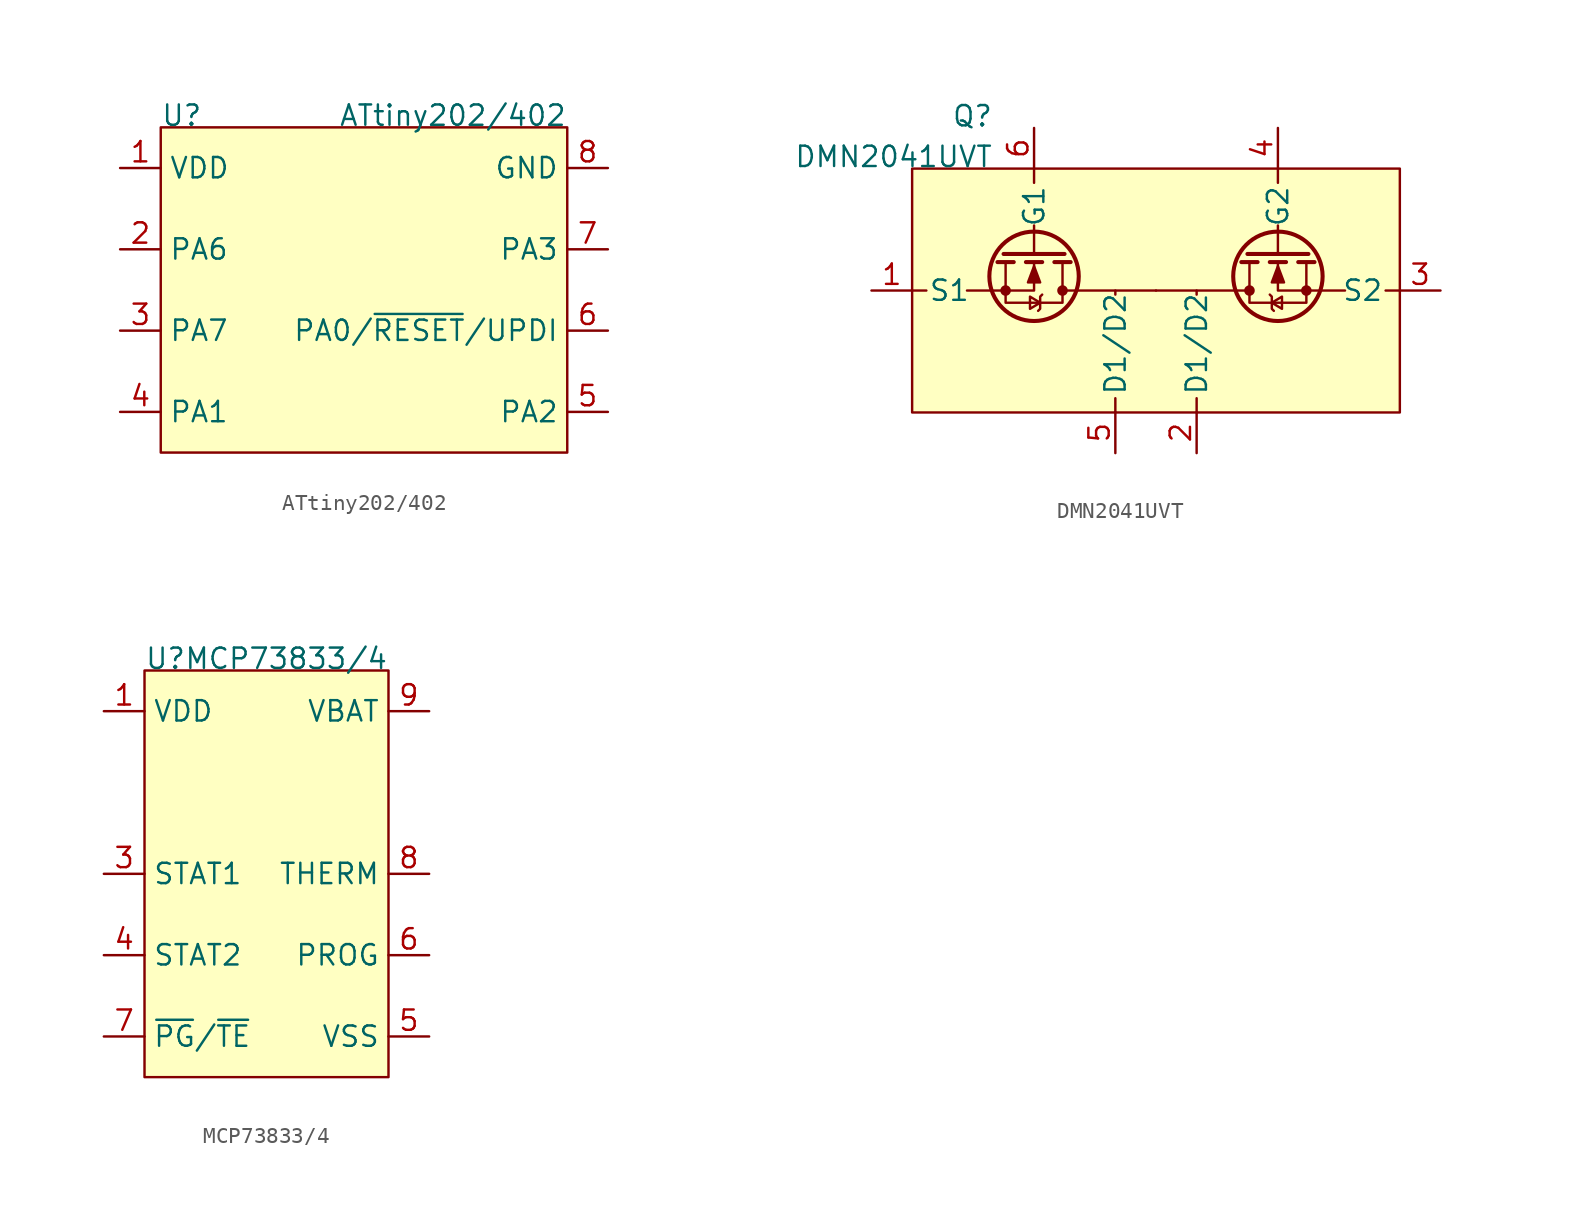
<source format=kicad_sym>
(kicad_symbol_lib
  (version 20220914)
  (generator kicad_symbol_editor)
  (symbol "ATtiny202/402"
    (property "Reference" "U"
      (at -12.7 10.16 0)
      (effects (font (size 1.27 1.27)) (justify left bottom)))
    (property "Value" "ATtiny202/402"
      (at 12.7 10.16 0)
      (effects (font (size 1.27 1.27)) (justify right bottom)))
    (symbol "ATtiny202/402_0_1"
      (rectangle (start -12.7 10.16) (end 12.7 -10.16) (stroke (width 0) (type default)) (fill (type background))))
    (symbol "ATtiny202/402_1_1"
      (pin power_in line (at -15.24 7.62 0) (length 2.54) (name "VDD" (effects (font (size 1.27 1.27)))) (number "1" (effects (font (size 1.27 1.27)))))
      (pin bidirectional line (at -15.24 2.54 0) (length 2.54) (name "PA6" (effects (font (size 1.27 1.27)))) (number "2" (effects (font (size 1.27 1.27)))))
      (pin bidirectional line (at -15.24 -2.54 0) (length 2.54) (name "PA7" (effects (font (size 1.27 1.27)))) (number "3" (effects (font (size 1.27 1.27)))))
      (pin bidirectional line (at -15.24 -7.62 0) (length 2.54) (name "PA1" (effects (font (size 1.27 1.27)))) (number "4" (effects (font (size 1.27 1.27)))))
      (pin bidirectional line (at 15.24 -7.62 180) (length 2.54) (name "PA2" (effects (font (size 1.27 1.27)))) (number "5" (effects (font (size 1.27 1.27)))))
      (pin bidirectional line (at 15.24 -2.54 180) (length 2.54) (name "PA0/~{RESET}/UPDI" (effects (font (size 1.27 1.27)))) (number "6" (effects (font (size 1.27 1.27)))))
      (pin bidirectional line (at 15.24 2.54 180) (length 2.54) (name "PA3" (effects (font (size 1.27 1.27)))) (number "7" (effects (font (size 1.27 1.27)))))
      (pin power_in line (at 15.24 7.62 180) (length 2.54) (name "GND" (effects (font (size 1.27 1.27)))) (number "8" (effects (font (size 1.27 1.27)))))))
  (symbol "DMN2041UVT"
    (pin_names
      (offset 1.016))
    (property "Reference" "Q"
      (at 7.62 10.16 0)
      (effects (font (size 1.27 1.27)) (justify right bottom)))
    (property "Value" "DMN2041UVT"
      (at 7.62 7.62 0)
      (effects (font (size 1.27 1.27)) (justify right bottom)))
    (symbol "DMN2041UVT_0_1"
      (polyline (pts (xy 2.54 0) (xy 3.429 0)) (stroke (width 0) (type default)) (fill (type none)))
      (polyline (pts (xy 8.89 1.778) (xy 7.874 1.778)) (stroke (width 0.254) (type default)) (fill (type none)))
      (polyline (pts (xy 10.16 2.286) (xy 10.16 4.064)) (stroke (width 0) (type default)) (fill (type none)))
      (polyline (pts (xy 10.16 6.731) (xy 10.16 7.62)) (stroke (width 0) (type default)) (fill (type none)))
      (polyline (pts (xy 10.668 1.778) (xy 9.652 1.778)) (stroke (width 0.254) (type default)) (fill (type none)))
      (polyline (pts (xy 12.065 2.286) (xy 8.255 2.286)) (stroke (width 0.254) (type default)) (fill (type none)))
      (polyline (pts (xy 12.446 1.778) (xy 11.43 1.778)) (stroke (width 0.254) (type default)) (fill (type none)))
      (polyline (pts (xy 15.24 -7.62) (xy 15.24 -6.731)) (stroke (width 0) (type default)) (fill (type none)))
      (polyline (pts (xy 15.24 -0.254) (xy 15.24 0)) (stroke (width 0) (type default)) (fill (type none)))
      (polyline (pts (xy 17.78 0) (xy 11.938 0)) (stroke (width 0) (type default)) (fill (type none)))
      (polyline (pts (xy 17.78 0) (xy 23.622 0)) (stroke (width 0) (type default)) (fill (type none)))
      (polyline (pts (xy 20.32 -7.62) (xy 20.32 -6.731)) (stroke (width 0) (type default)) (fill (type none)))
      (polyline (pts (xy 20.32 -0.254) (xy 20.32 0)) (stroke (width 0) (type default)) (fill (type none)))
      (polyline (pts (xy 23.114 1.778) (xy 24.13 1.778)) (stroke (width 0.254) (type default)) (fill (type none)))
      (polyline (pts (xy 23.495 2.286) (xy 27.305 2.286)) (stroke (width 0.254) (type default)) (fill (type none)))
      (polyline (pts (xy 24.892 1.778) (xy 25.908 1.778)) (stroke (width 0.254) (type default)) (fill (type none)))
      (polyline (pts (xy 25.4 2.286) (xy 25.4 4.064)) (stroke (width 0) (type default)) (fill (type none)))
      (polyline (pts (xy 25.4 6.731) (xy 25.4 7.62)) (stroke (width 0) (type default)) (fill (type none)))
      (polyline (pts (xy 26.67 1.778) (xy 27.686 1.778)) (stroke (width 0.254) (type default)) (fill (type none)))
      (polyline (pts (xy 33.02 0) (xy 32.131 0)) (stroke (width 0) (type default)) (fill (type none)))
      (polyline (pts (xy 5.969 0) (xy 10.16 0) (xy 10.16 1.778)) (stroke (width 0) (type default)) (fill (type none)))
      (polyline (pts (xy 29.591 0) (xy 25.4 0) (xy 25.4 1.778)) (stroke (width 0) (type default)) (fill (type none)))
      (polyline (pts (xy 8.382 1.778) (xy 8.382 -0.762) (xy 11.938 -0.762) (xy 11.938 1.778)) (stroke (width 0) (type default)) (fill (type none)))
      (polyline (pts (xy 10.16 1.524) (xy 10.541 0.508) (xy 9.779 0.508) (xy 10.16 1.524)) (stroke (width 0) (type default)) (fill (type outline)))
      (polyline (pts (xy 10.541 -0.762) (xy 9.906 -0.381) (xy 9.906 -1.143) (xy 10.541 -0.762)) (stroke (width 0) (type default)) (fill (type none)))
      (polyline (pts (xy 10.668 -0.254) (xy 10.541 -0.381) (xy 10.541 -1.143) (xy 10.414 -1.27)) (stroke (width 0) (type default)) (fill (type none)))
      (polyline (pts (xy 24.892 -0.254) (xy 25.019 -0.381) (xy 25.019 -1.143) (xy 25.146 -1.27)) (stroke (width 0) (type default)) (fill (type none)))
      (polyline (pts (xy 25.019 -0.762) (xy 25.654 -0.381) (xy 25.654 -1.143) (xy 25.019 -0.762)) (stroke (width 0) (type default)) (fill (type none)))
      (polyline (pts (xy 25.4 1.524) (xy 25.019 0.508) (xy 25.781 0.508) (xy 25.4 1.524)) (stroke (width 0) (type default)) (fill (type outline)))
      (polyline (pts (xy 27.178 1.778) (xy 27.178 -0.762) (xy 23.622 -0.762) (xy 23.622 1.778)) (stroke (width 0) (type default)) (fill (type none)))
      (rectangle (start 2.54 7.62) (end 33.02 -7.62) (stroke (width 0) (type default)) (fill (type background)))
      (circle (center 8.382 0) (radius 0.254) (stroke (width 0) (type default)) (fill (type outline)))
      (circle (center 10.16 0.889) (radius 2.794) (stroke (width 0.254) (type default)) (fill (type none)))
      (circle (center 11.938 0) (radius 0.254) (stroke (width 0) (type default)) (fill (type outline)))
      (circle (center 23.622 0) (radius 0.254) (stroke (width 0) (type default)) (fill (type outline)))
      (circle (center 25.4 0.889) (radius 2.794) (stroke (width 0.254) (type default)) (fill (type none)))
      (circle (center 27.178 0) (radius 0.254) (stroke (width 0) (type default)) (fill (type outline))))
    (symbol "DMN2041UVT_1_1"
      (pin passive line (at 0 0 0) (length 2.54) (name "S1" (effects (font (size 1.27 1.27)))) (number "1" (effects (font (size 1.27 1.27)))))
      (pin passive line (at 20.32 -10.16 90) (length 2.56) (name "D1/D2" (effects (font (size 1.27 1.27)))) (number "2" (effects (font (size 1.27 1.27)))))
      (pin passive line (at 35.56 0 180) (length 2.54) (name "S2" (effects (font (size 1.27 1.27)))) (number "3" (effects (font (size 1.27 1.27)))))
      (pin input line (at 25.4 10.16 270) (length 2.54) (name "G2" (effects (font (size 1.27 1.27)))) (number "4" (effects (font (size 1.27 1.27)))))
      (pin passive line (at 15.24 -10.16 90) (length 2.56) (name "D1/D2" (effects (font (size 1.27 1.27)))) (number "5" (effects (font (size 1.27 1.27)))))
      (pin input line (at 10.16 10.16 270) (length 2.54) (name "G1" (effects (font (size 1.27 1.27)))) (number "6" (effects (font (size 1.27 1.27)))))))
  (symbol "MCP73833/4"
    (property "Reference" "U"
      (at 2.54 2.54 0)
      (effects (font (size 1.27 1.27)) (justify left bottom)))
    (property "Value" "MCP73833/4"
      (at 17.78 2.54 0)
      (effects (font (size 1.27 1.27)) (justify right bottom)))
    (symbol "MCP73833/4_0_1"
      (rectangle (start 2.54 2.54) (end 17.78 -22.86) (stroke (width 0) (type default)) (fill (type background))))
    (symbol "MCP73833/4_1_1"
      (pin power_in line (at 0 0 0) (length 2.54) (name "VDD" (effects (font (size 1.27 1.27)))) (number "1" (effects (font (size 1.27 1.27)))))
      (pin input line (at 20.32 0 180) (length 2.54) hide (name "VBAT" (effects (font (size 1.27 1.27)))) (number "10" (effects (font (size 1.27 1.27)))))
      (pin power_in line (at 0 0 0) (length 2.54) hide (name "VDD" (effects (font (size 1.27 1.27)))) (number "2" (effects (font (size 1.27 1.27)))))
      (pin input line (at 0 -10.16 0) (length 2.54) (name "STAT1" (effects (font (size 1.27 1.27)))) (number "3" (effects (font (size 1.27 1.27)))))
      (pin input line (at 0 -15.24 0) (length 2.54) (name "STAT2" (effects (font (size 1.27 1.27)))) (number "4" (effects (font (size 1.27 1.27)))))
      (pin power_out line (at 20.32 -20.32 180) (length 2.54) (name "VSS" (effects (font (size 1.27 1.27)))) (number "5" (effects (font (size 1.27 1.27)))))
      (pin input line (at 20.32 -15.24 180) (length 2.54) (name "PROG" (effects (font (size 1.27 1.27)))) (number "6" (effects (font (size 1.27 1.27)))))
      (pin input line (at 0 -20.32 0) (length 2.54) (name "~{PG}/~{TE}" (effects (font (size 1.27 1.27)))) (number "7" (effects (font (size 1.27 1.27)))))
      (pin input line (at 20.32 -10.16 180) (length 2.54) (name "THERM" (effects (font (size 1.27 1.27)))) (number "8" (effects (font (size 1.27 1.27)))))
      (pin input line (at 20.32 0 180) (length 2.54) (name "VBAT" (effects (font (size 1.27 1.27)))) (number "9" (effects (font (size 1.27 1.27))))))))
</source>
